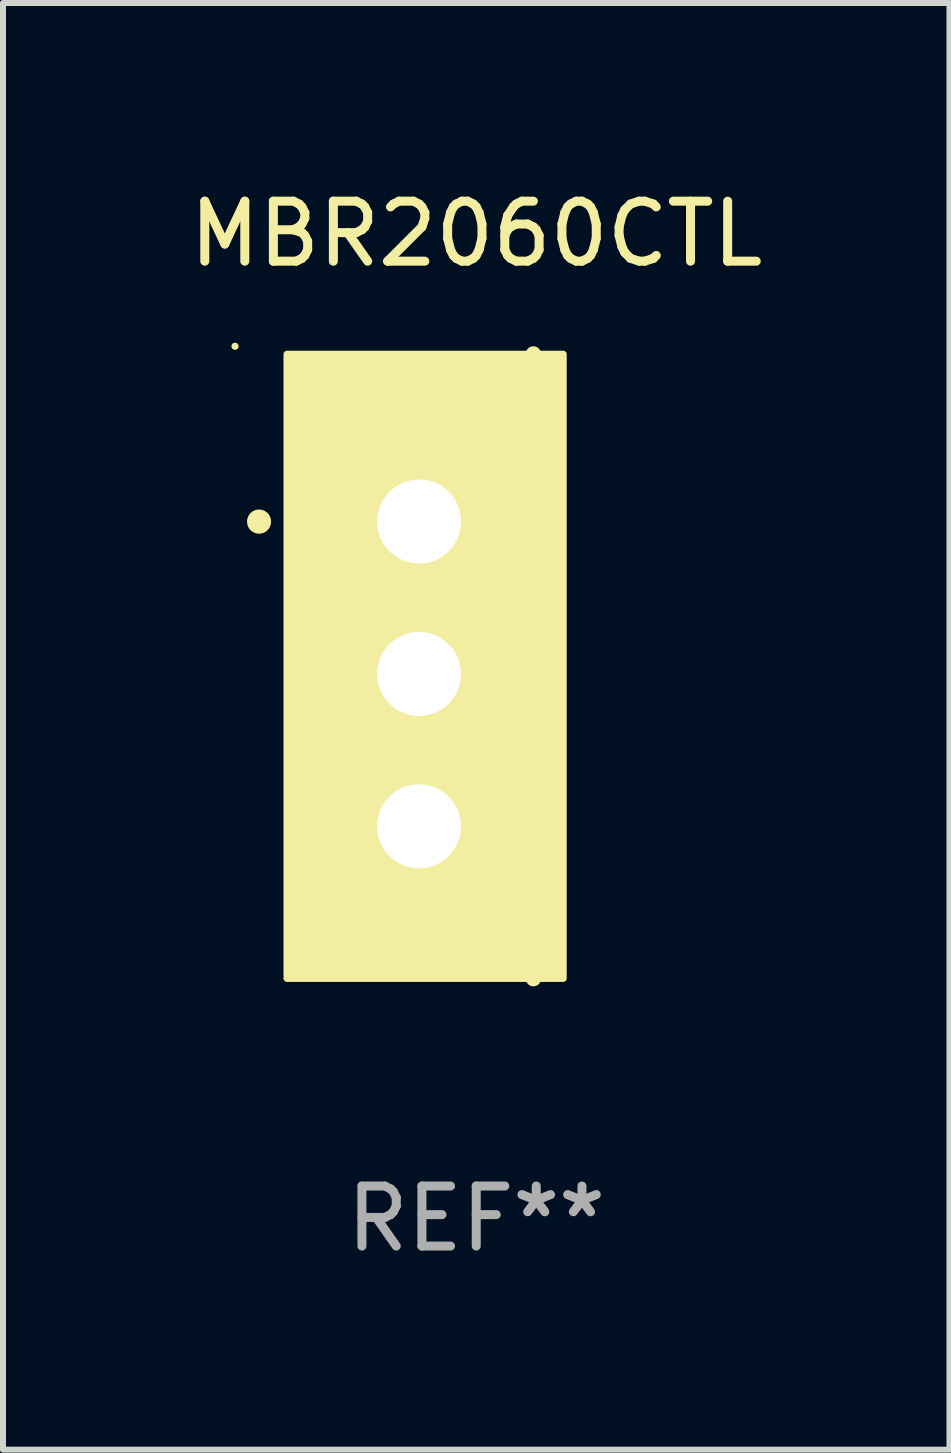
<source format=kicad_pcb>
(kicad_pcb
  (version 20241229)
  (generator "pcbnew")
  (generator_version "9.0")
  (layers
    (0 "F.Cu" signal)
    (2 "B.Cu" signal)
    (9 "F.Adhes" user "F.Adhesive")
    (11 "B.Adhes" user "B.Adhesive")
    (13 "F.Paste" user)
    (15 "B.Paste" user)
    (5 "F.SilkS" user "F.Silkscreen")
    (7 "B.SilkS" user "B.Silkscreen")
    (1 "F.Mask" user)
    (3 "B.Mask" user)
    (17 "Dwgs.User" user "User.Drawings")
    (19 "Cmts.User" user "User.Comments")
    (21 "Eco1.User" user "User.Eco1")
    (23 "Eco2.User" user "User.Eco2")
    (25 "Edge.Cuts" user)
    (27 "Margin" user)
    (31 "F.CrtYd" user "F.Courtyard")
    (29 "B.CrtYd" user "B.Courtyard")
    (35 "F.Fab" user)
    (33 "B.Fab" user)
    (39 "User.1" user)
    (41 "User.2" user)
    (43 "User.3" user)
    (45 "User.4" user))
  (footprint "MBR2060CTL"
    (layer "F.Cu")
    (at 4.887 8.055)
    (property "Reference" "MBR2060CTL" (at 0 -7.207 0) (layer "F.SilkS") (effects (font (size 1 1) (thickness 0.15))))
    (attr through_hole)
    (fp_line (start 0.953 5.207) (end 0.953 -5.207) (stroke (width 0.254) (type solid)) (layer "F.SilkS"))
    (fp_arc (start -3.619507 -2.410465) (mid -3.619511 -2.411735) (end -3.619507 -2.413005) (stroke (width 0.4) (type solid)) (layer "F.SilkS"))
    (fp_circle (center -4.02 -5.334) (end -3.99 -5.334) (stroke (width 0.06) (type solid)) (fill no) (layer "F.SilkS"))
    (fp_poly (pts (xy -3.152 -5.2) (xy 1.448 -5.2) (xy 1.448 5.2) (xy -3.152 5.2)) (stroke (width 0.12) (type solid)) (fill yes) (layer "F.SilkS"))
    (fp_text user "REF**" (at 0 9.207 0) (layer "F.Fab") (effects (font (size 1 1) (thickness 0.15))))
    (pad "1" thru_hole rect (at -0.953 -2.413 270) (size 2 2.5) (drill 1.4) (layers "*.Cu" "*.Mask"))
    (pad "2" thru_hole oval (at -0.953 0.127 270) (size 2 2.5) (drill 1.4) (layers "*.Cu" "*.Mask"))
    (pad "3" thru_hole oval (at -0.953 2.667 270) (size 2 2.5) (drill 1.4) (layers "*.Cu" "*.Mask")))
  (gr_rect
    (start -3 -3)
    (end 12.774 21.111)
    (stroke (width 0.1) (type default))
    (fill no)
    (layer "Edge.Cuts")))
</source>
